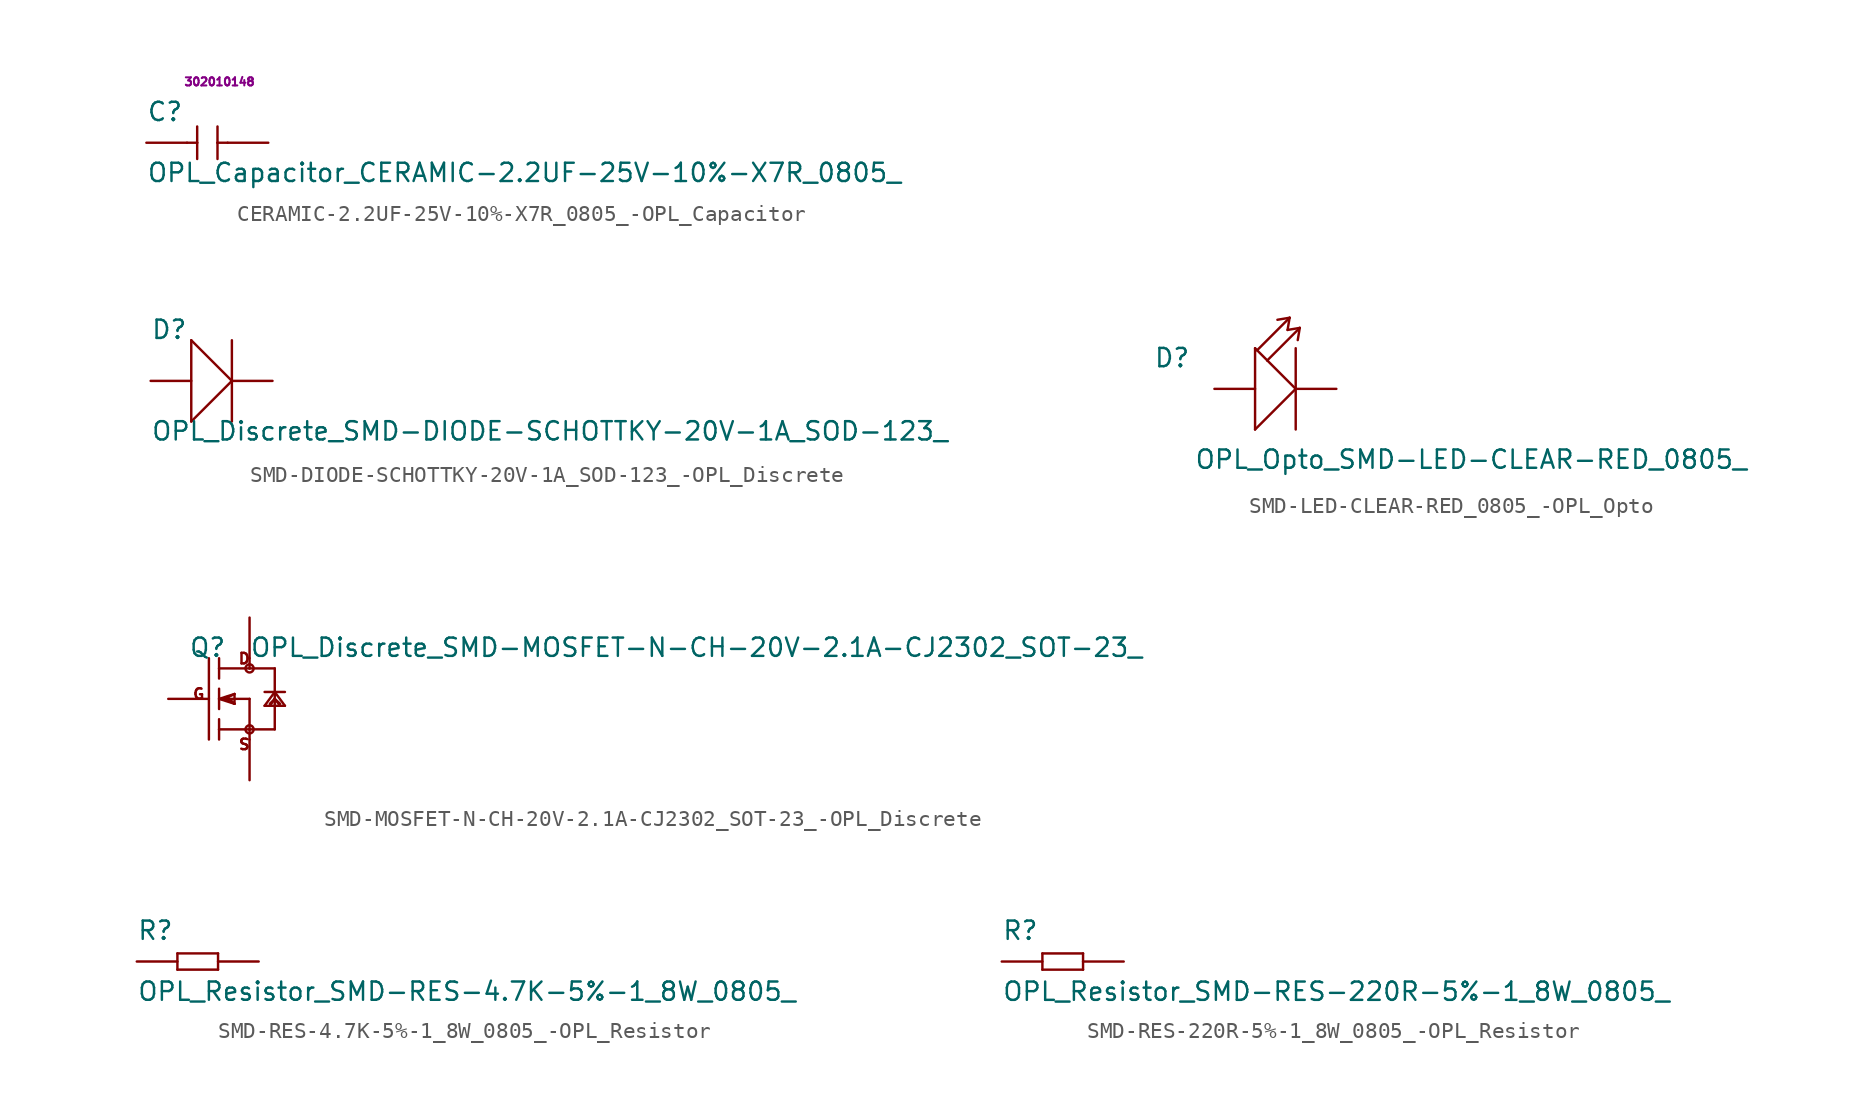
<source format=kicad_sym>
(kicad_symbol_lib
  (version 20220914)
  (generator kicad_symbol_editor)
  (symbol "CERAMIC-2.2UF-25V-10%-X7R_0805_-OPL_Capacitor"
    (pin_numbers hide)
    (pin_names
      (offset 1.016) hide)
    (property "Reference" "C"
      (at -3.81 1.27 0)
      (effects (font (size 1.143 1.143)) (justify left bottom)))
    (property "Value" "OPL_Capacitor_CERAMIC-2.2UF-25V-10%-X7R_0805_"
      (at -3.81 -2.54 0)
      (effects (font (size 1.143 1.143)) (justify left bottom)))
    (property "SKU" "302010148"
      (at 0.762 3.81 0)
      (effects (font (size 0.508 0.508))))
    (symbol "CERAMIC-2.2UF-25V-10%-X7R_0805_-OPL_Capacitor_1_0"
      (polyline (pts (xy -1.27 0) (xy -0.635 0)) (stroke (width 0) (type solid)) (fill (type none)))
      (polyline (pts (xy -0.635 -1.016) (xy -0.635 0)) (stroke (width 0) (type solid)) (fill (type none)))
      (polyline (pts (xy -0.635 0) (xy -0.635 1.016)) (stroke (width 0) (type solid)) (fill (type none)))
      (polyline (pts (xy 0.635 0) (xy 0.635 -1.016)) (stroke (width 0) (type solid)) (fill (type none)))
      (polyline (pts (xy 0.635 0) (xy 1.27 0)) (stroke (width 0) (type solid)) (fill (type none)))
      (polyline (pts (xy 0.635 1.016) (xy 0.635 0)) (stroke (width 0) (type solid)) (fill (type none))))
    (symbol "CERAMIC-2.2UF-25V-10%-X7R_0805_-OPL_Capacitor_1_1"
      (pin passive line (at -3.81 0 0) (length 2.54) (name "1" (effects (font (size 1.016 1.016)))) (number "1" (effects (font (size 1.016 1.016)))))
      (pin passive line (at 3.81 0 180) (length 2.54) (name "2" (effects (font (size 1.016 1.016)))) (number "2" (effects (font (size 1.016 1.016)))))))
  (symbol "SMD-DIODE-SCHOTTKY-20V-1A_SOD-123_-OPL_Discrete"
    (pin_numbers hide)
    (pin_names
      (offset 1.016) hide)
    (property "Reference" "D"
      (at -3.81 2.54 0)
      (effects (font (size 1.143 1.143)) (justify left bottom)))
    (property "Value" "OPL_Discrete_SMD-DIODE-SCHOTTKY-20V-1A_SOD-123_"
      (at -3.81 -3.81 0)
      (effects (font (size 1.143 1.143)) (justify left bottom)))
    (property "ki_locked" ""
      (at 0 0 0)
      (effects (font (size 1.27 1.27))))
    (symbol "SMD-DIODE-SCHOTTKY-20V-1A_SOD-123_-OPL_Discrete_1_0"
      (polyline (pts (xy -1.27 -2.54) (xy -1.27 2.54)) (stroke (width 0) (type solid)) (fill (type none)))
      (polyline (pts (xy -1.27 -2.54) (xy 1.27 0)) (stroke (width 0) (type solid)) (fill (type none)))
      (polyline (pts (xy -1.27 2.54) (xy 1.27 0)) (stroke (width 0) (type solid)) (fill (type none)))
      (polyline (pts (xy 1.27 2.54) (xy 1.27 -2.54)) (stroke (width 0) (type solid)) (fill (type none))))
    (symbol "SMD-DIODE-SCHOTTKY-20V-1A_SOD-123_-OPL_Discrete_1_1"
      (pin passive line (at -3.81 0 0) (length 2.54) (name "+" (effects (font (size 1.016 1.016)))) (number "1" (effects (font (size 1.016 1.016)))))
      (pin passive line (at 3.81 0 180) (length 2.54) (name "-" (effects (font (size 1.016 1.016)))) (number "2" (effects (font (size 1.016 1.016)))))))
  (symbol "SMD-LED-CLEAR-RED_0805_-OPL_Opto"
    (pin_numbers hide)
    (pin_names
      (offset 1.016) hide)
    (property "Reference" "D"
      (at -7.62 1.27 0)
      (effects (font (size 1.143 1.143)) (justify left bottom)))
    (property "Value" "OPL_Opto_SMD-LED-CLEAR-RED_0805_"
      (at -5.08 -5.08 0)
      (effects (font (size 1.143 1.143)) (justify left bottom)))
    (property "ki_locked" ""
      (at 0 0 0)
      (effects (font (size 1.27 1.27))))
    (symbol "SMD-LED-CLEAR-RED_0805_-OPL_Opto_1_0"
      (polyline (pts (xy -1.27 -2.54) (xy -1.27 2.54)) (stroke (width 0) (type solid)) (fill (type none)))
      (polyline (pts (xy -1.27 2.54) (xy -1.143 2.413)) (stroke (width 0) (type solid)) (fill (type none)))
      (polyline (pts (xy -1.143 2.413) (xy -0.508 1.778)) (stroke (width 0) (type solid)) (fill (type none)))
      (polyline (pts (xy -1.143 2.413) (xy 0.889 4.445)) (stroke (width 0) (type solid)) (fill (type none)))
      (polyline (pts (xy -0.508 1.778) (xy 1.27 0)) (stroke (width 0) (type solid)) (fill (type none)))
      (polyline (pts (xy -0.508 1.778) (xy 1.524 3.81)) (stroke (width 0) (type solid)) (fill (type none)))
      (polyline (pts (xy 0.889 4.445) (xy 0.127 4.318)) (stroke (width 0) (type solid)) (fill (type none)))
      (polyline (pts (xy 0.889 4.445) (xy 0.762 3.683)) (stroke (width 0) (type solid)) (fill (type none)))
      (polyline (pts (xy 1.27 0) (xy -1.27 -2.54)) (stroke (width 0) (type solid)) (fill (type none)))
      (polyline (pts (xy 1.27 2.54) (xy 1.27 -2.54)) (stroke (width 0) (type solid)) (fill (type none)))
      (polyline (pts (xy 1.524 3.81) (xy 0.762 3.683)) (stroke (width 0) (type solid)) (fill (type none)))
      (polyline (pts (xy 1.524 3.81) (xy 1.397 3.048)) (stroke (width 0) (type solid)) (fill (type none))))
    (symbol "SMD-LED-CLEAR-RED_0805_-OPL_Opto_1_1"
      (pin passive line (at -3.81 0 0) (length 2.54) (name "+" (effects (font (size 1.016 1.016)))) (number "1" (effects (font (size 1.016 1.016)))))
      (pin passive line (at 3.81 0 180) (length 2.54) (name "-" (effects (font (size 1.016 1.016)))) (number "2" (effects (font (size 1.016 1.016)))))))
  (symbol "SMD-MOSFET-N-CH-20V-2.1A-CJ2302_SOT-23_-OPL_Discrete"
    (pin_numbers hide)
    (pin_names
      (offset 1.016) hide)
    (property "Reference" "Q"
      (at -3.81 2.54 0)
      (effects (font (size 1.143 1.143)) (justify left bottom)))
    (property "Value" "OPL_Discrete_SMD-MOSFET-N-CH-20V-2.1A-CJ2302_SOT-23_"
      (at 0 2.54 0)
      (effects (font (size 1.143 1.143)) (justify left bottom)))
    (property "ki_locked" ""
      (at 0 0 0)
      (effects (font (size 1.27 1.27))))
    (symbol "SMD-MOSFET-N-CH-20V-2.1A-CJ2302_SOT-23_-OPL_Discrete_1_0"
      (polyline (pts (xy -2.54 2.54) (xy -2.54 -2.54)) (stroke (width 0) (type solid)) (fill (type none)))
      (polyline (pts (xy -1.905 -2.54) (xy -1.905 -1.905)) (stroke (width 0) (type solid)) (fill (type none)))
      (polyline (pts (xy -1.905 -1.905) (xy -1.905 -1.27)) (stroke (width 0) (type solid)) (fill (type none)))
      (polyline (pts (xy -1.905 -1.905) (xy 0 -1.905)) (stroke (width 0) (type solid)) (fill (type none)))
      (polyline (pts (xy -1.905 0) (xy -1.905 -0.635)) (stroke (width 0) (type solid)) (fill (type none)))
      (polyline (pts (xy -1.905 0) (xy -0.94 -0.305)) (stroke (width 0) (type solid)) (fill (type none)))
      (polyline (pts (xy -1.905 0) (xy -0.94 0.305)) (stroke (width 0) (type solid)) (fill (type none)))
      (polyline (pts (xy -1.905 0.635) (xy -1.905 0)) (stroke (width 0) (type solid)) (fill (type none)))
      (polyline (pts (xy -1.905 1.905) (xy -1.905 1.27)) (stroke (width 0) (type solid)) (fill (type none)))
      (polyline (pts (xy -1.905 1.905) (xy 0 1.905)) (stroke (width 0) (type solid)) (fill (type none)))
      (polyline (pts (xy -1.905 2.54) (xy -1.905 1.905)) (stroke (width 0) (type solid)) (fill (type none)))
      (polyline (pts (xy -1.575 0) (xy -0.94 -0.305)) (stroke (width 0) (type solid)) (fill (type none)))
      (polyline (pts (xy -0.94 -0.305) (xy -1.397 0.127)) (stroke (width 0) (type solid)) (fill (type none)))
      (polyline (pts (xy -0.94 -0.305) (xy -0.94 0.305)) (stroke (width 0) (type solid)) (fill (type none)))
      (polyline (pts (xy -0.94 0.305) (xy -1.575 0)) (stroke (width 0) (type solid)) (fill (type none)))
      (polyline (pts (xy 0 -1.905) (xy 0 -2.54)) (stroke (width 0) (type solid)) (fill (type none)))
      (polyline (pts (xy 0 0) (xy -1.575 0)) (stroke (width 0) (type solid)) (fill (type none)))
      (polyline (pts (xy 0 0) (xy 0 -1.905)) (stroke (width 0) (type solid)) (fill (type none)))
      (polyline (pts (xy 0 1.905) (xy 1.575 1.905)) (stroke (width 0) (type solid)) (fill (type none)))
      (polyline (pts (xy 0 2.54) (xy 0 1.905)) (stroke (width 0) (type solid)) (fill (type none)))
      (polyline (pts (xy 0.94 -0.432) (xy 1.575 0.432)) (stroke (width 0) (type solid)) (fill (type none)))
      (polyline (pts (xy 1.27 -0.432) (xy 0.94 -0.432)) (stroke (width 0) (type solid)) (fill (type none)))
      (polyline (pts (xy 1.575 -1.905) (xy 0 -1.905)) (stroke (width 0) (type solid)) (fill (type none)))
      (polyline (pts (xy 1.575 -1.905) (xy 1.575 0)) (stroke (width 0) (type solid)) (fill (type none)))
      (polyline (pts (xy 1.575 0) (xy 1.27 -0.432)) (stroke (width 0) (type solid)) (fill (type none)))
      (polyline (pts (xy 1.575 0) (xy 1.27 -0.305)) (stroke (width 0) (type solid)) (fill (type none)))
      (polyline (pts (xy 1.575 0) (xy 1.575 0.432)) (stroke (width 0) (type solid)) (fill (type none)))
      (polyline (pts (xy 1.575 0.432) (xy 0.94 0.432)) (stroke (width 0) (type solid)) (fill (type none)))
      (polyline (pts (xy 1.575 0.432) (xy 1.575 1.905)) (stroke (width 0) (type solid)) (fill (type none)))
      (polyline (pts (xy 1.575 0.432) (xy 2.21 -0.432)) (stroke (width 0) (type solid)) (fill (type none)))
      (polyline (pts (xy 1.905 -0.432) (xy 1.27 -0.432)) (stroke (width 0) (type solid)) (fill (type none)))
      (polyline (pts (xy 1.905 -0.432) (xy 1.575 0)) (stroke (width 0) (type solid)) (fill (type none)))
      (polyline (pts (xy 1.905 -0.305) (xy 1.575 0)) (stroke (width 0) (type solid)) (fill (type none)))
      (polyline (pts (xy 2.21 -0.432) (xy 1.905 -0.432)) (stroke (width 0) (type solid)) (fill (type none)))
      (polyline (pts (xy 2.21 0.432) (xy 1.575 0.432)) (stroke (width 0) (type solid)) (fill (type none)))
      (text "D" (at -0.33 2.515 0) (effects (font (size 0.66 0.66))))
      (text "G" (at -3.175 0.305 0) (effects (font (size 0.66 0.66))))
      (text "S" (at -0.33 -2.845 0) (effects (font (size 0.66 0.66)))))
    (symbol "SMD-MOSFET-N-CH-20V-2.1A-CJ2302_SOT-23_-OPL_Discrete_1_1"
      (circle (center 0 -1.905) (radius 0.254) (stroke (width 0) (type solid)) (fill (type none)))
      (circle (center 0 1.905) (radius 0.254) (stroke (width 0) (type solid)) (fill (type none)))
      (pin passive line (at -5.08 0 0) (length 2.54) (name "G" (effects (font (size 1.016 1.016)))) (number "1" (effects (font (size 1.016 1.016)))))
      (pin passive line (at 0 -5.08 90) (length 2.54) (name "S" (effects (font (size 1.016 1.016)))) (number "2" (effects (font (size 1.016 1.016)))))
      (pin passive line (at 0 5.08 270) (length 2.54) (name "D" (effects (font (size 1.016 1.016)))) (number "3" (effects (font (size 1.016 1.016)))))))
  (symbol "SMD-RES-4.7K-5%-1_8W_0805_-OPL_Resistor"
    (pin_numbers hide)
    (pin_names
      (offset 1.016) hide)
    (property "Reference" "R"
      (at -3.81 1.27 0)
      (effects (font (size 1.143 1.143)) (justify left bottom)))
    (property "Value" "OPL_Resistor_SMD-RES-4.7K-5%-1_8W_0805_"
      (at -3.81 -2.54 0)
      (effects (font (size 1.143 1.143)) (justify left bottom)))
    (property "ki_locked" ""
      (at 0 0 0)
      (effects (font (size 1.27 1.27))))
    (symbol "SMD-RES-4.7K-5%-1_8W_0805_-OPL_Resistor_1_0"
      (polyline (pts (xy -1.27 -0.508) (xy -1.27 0.508)) (stroke (width 0) (type solid)) (fill (type none)))
      (polyline (pts (xy -1.27 0.508) (xy 1.27 0.508)) (stroke (width 0) (type solid)) (fill (type none)))
      (polyline (pts (xy 1.27 -0.508) (xy -1.27 -0.508)) (stroke (width 0) (type solid)) (fill (type none)))
      (polyline (pts (xy 1.27 0.508) (xy 1.27 -0.508)) (stroke (width 0) (type solid)) (fill (type none))))
    (symbol "SMD-RES-4.7K-5%-1_8W_0805_-OPL_Resistor_1_1"
      (pin passive line (at -3.81 0 0) (length 2.54) (name "1" (effects (font (size 1.016 1.016)))) (number "1" (effects (font (size 1.016 1.016)))))
      (pin passive line (at 3.81 0 180) (length 2.54) (name "2" (effects (font (size 1.016 1.016)))) (number "2" (effects (font (size 1.016 1.016)))))))
  (symbol "SMD-RES-220R-5%-1_8W_0805_-OPL_Resistor"
    (pin_numbers hide)
    (pin_names
      (offset 1.016) hide)
    (property "Reference" "R"
      (at -3.81 1.27 0)
      (effects (font (size 1.143 1.143)) (justify left bottom)))
    (property "Value" "OPL_Resistor_SMD-RES-220R-5%-1_8W_0805_"
      (at -3.81 -2.54 0)
      (effects (font (size 1.143 1.143)) (justify left bottom)))
    (property "ki_locked" ""
      (at 0 0 0)
      (effects (font (size 1.27 1.27))))
    (symbol "SMD-RES-220R-5%-1_8W_0805_-OPL_Resistor_1_0"
      (polyline (pts (xy -1.27 -0.508) (xy -1.27 0.508)) (stroke (width 0) (type solid)) (fill (type none)))
      (polyline (pts (xy -1.27 0.508) (xy 1.27 0.508)) (stroke (width 0) (type solid)) (fill (type none)))
      (polyline (pts (xy 1.27 -0.508) (xy -1.27 -0.508)) (stroke (width 0) (type solid)) (fill (type none)))
      (polyline (pts (xy 1.27 0.508) (xy 1.27 -0.508)) (stroke (width 0) (type solid)) (fill (type none))))
    (symbol "SMD-RES-220R-5%-1_8W_0805_-OPL_Resistor_1_1"
      (pin passive line (at -3.81 0 0) (length 2.54) (name "1" (effects (font (size 1.016 1.016)))) (number "1" (effects (font (size 1.016 1.016)))))
      (pin passive line (at 3.81 0 180) (length 2.54) (name "2" (effects (font (size 1.016 1.016)))) (number "2" (effects (font (size 1.016 1.016))))))))
</source>
